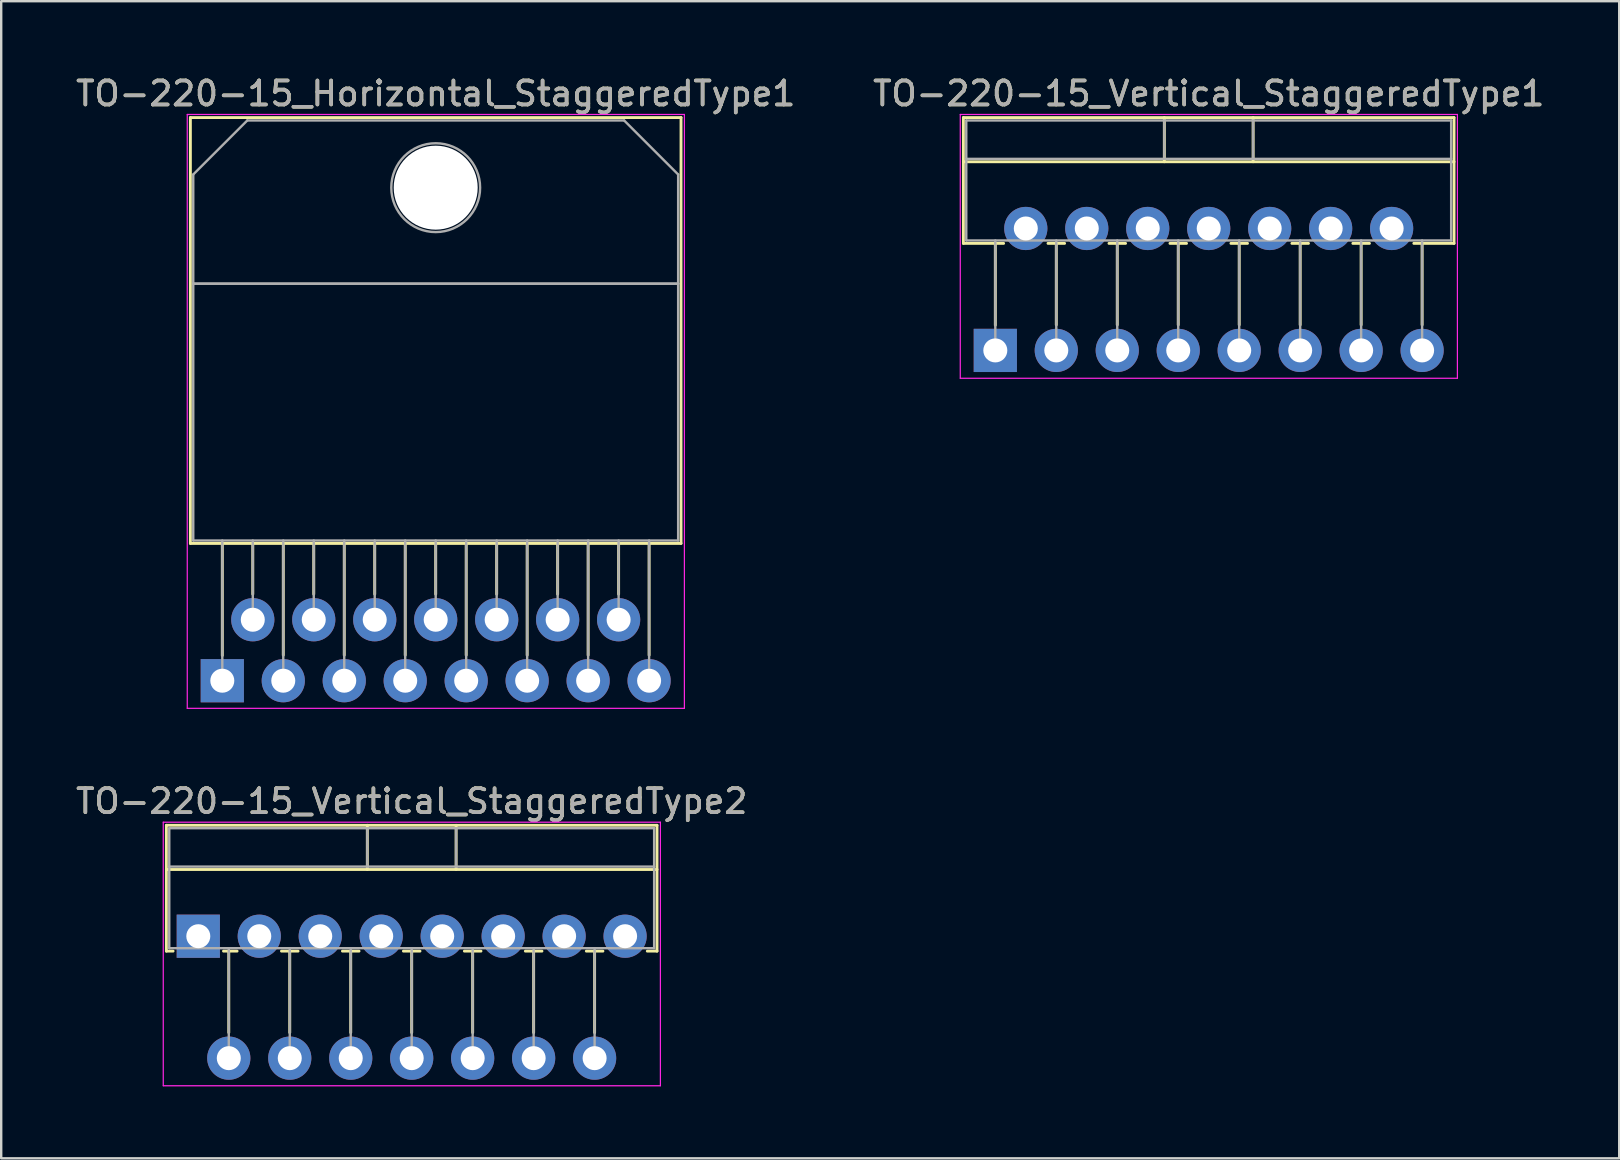
<source format=kicad_pcb>
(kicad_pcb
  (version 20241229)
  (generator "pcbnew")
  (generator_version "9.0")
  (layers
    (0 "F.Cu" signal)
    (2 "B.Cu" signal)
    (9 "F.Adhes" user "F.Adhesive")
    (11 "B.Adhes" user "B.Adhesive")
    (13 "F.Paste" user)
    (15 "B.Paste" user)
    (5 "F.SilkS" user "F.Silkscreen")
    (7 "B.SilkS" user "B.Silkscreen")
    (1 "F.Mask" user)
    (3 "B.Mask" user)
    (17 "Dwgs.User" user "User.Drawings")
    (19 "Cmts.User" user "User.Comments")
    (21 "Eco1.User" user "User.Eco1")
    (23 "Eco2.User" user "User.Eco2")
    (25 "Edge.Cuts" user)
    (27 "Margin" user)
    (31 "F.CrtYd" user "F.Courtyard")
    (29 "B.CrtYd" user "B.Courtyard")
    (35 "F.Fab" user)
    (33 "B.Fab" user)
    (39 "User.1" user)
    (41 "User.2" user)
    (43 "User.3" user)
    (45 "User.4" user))
  (footprint "TO-220-15_Horizontal_StaggeredType1"
    (layer "F.Cu")
    (at 6.211 25.308)
    (property "Reference" "TO-220-15_Horizontal_StaggeredType1" (at 8.89 -24.46 0) (layer "F.SilkS") (effects (font (size 1 1) (thickness 0.15))))
    (attr through_hole)
    (fp_line (start -1.33 -23.46) (end -1.33 -5.72) (stroke (width 0.12) (type solid)) (layer "F.SilkS"))
    (fp_line (start -1.33 -23.46) (end 19.11 -23.46) (stroke (width 0.12) (type solid)) (layer "F.SilkS"))
    (fp_line (start -1.33 -5.72) (end 19.11 -5.72) (stroke (width 0.12) (type solid)) (layer "F.SilkS"))
    (fp_line (start 0 -5.72) (end 0 -1.05) (stroke (width 0.12) (type solid)) (layer "F.SilkS"))
    (fp_line (start 1.27 -5.72) (end 1.27 -3.606) (stroke (width 0.12) (type solid)) (layer "F.SilkS"))
    (fp_line (start 2.54 -5.72) (end 2.54 -1.065) (stroke (width 0.12) (type solid)) (layer "F.SilkS"))
    (fp_line (start 3.81 -5.72) (end 3.81 -3.606) (stroke (width 0.12) (type solid)) (layer "F.SilkS"))
    (fp_line (start 5.08 -5.72) (end 5.08 -1.065) (stroke (width 0.12) (type solid)) (layer "F.SilkS"))
    (fp_line (start 6.35 -5.72) (end 6.35 -3.606) (stroke (width 0.12) (type solid)) (layer "F.SilkS"))
    (fp_line (start 7.62 -5.72) (end 7.62 -1.065) (stroke (width 0.12) (type solid)) (layer "F.SilkS"))
    (fp_line (start 8.89 -5.72) (end 8.89 -3.606) (stroke (width 0.12) (type solid)) (layer "F.SilkS"))
    (fp_line (start 10.16 -5.72) (end 10.16 -1.065) (stroke (width 0.12) (type solid)) (layer "F.SilkS"))
    (fp_line (start 11.43 -5.72) (end 11.43 -3.606) (stroke (width 0.12) (type solid)) (layer "F.SilkS"))
    (fp_line (start 12.7 -5.72) (end 12.7 -1.065) (stroke (width 0.12) (type solid)) (layer "F.SilkS"))
    (fp_line (start 13.97 -5.72) (end 13.97 -3.606) (stroke (width 0.12) (type solid)) (layer "F.SilkS"))
    (fp_line (start 15.24 -5.72) (end 15.24 -1.065) (stroke (width 0.12) (type solid)) (layer "F.SilkS"))
    (fp_line (start 16.51 -5.72) (end 16.51 -3.606) (stroke (width 0.12) (type solid)) (layer "F.SilkS"))
    (fp_line (start 17.78 -5.72) (end 17.78 -1.065) (stroke (width 0.12) (type solid)) (layer "F.SilkS"))
    (fp_line (start 19.11 -23.46) (end 19.11 -5.72) (stroke (width 0.12) (type solid)) (layer "F.SilkS"))
    (fp_line (start -1.46 -23.59) (end -1.46 1.15) (stroke (width 0.05) (type solid)) (layer "F.CrtYd"))
    (fp_line (start -1.46 1.15) (end 19.25 1.15) (stroke (width 0.05) (type solid)) (layer "F.CrtYd"))
    (fp_line (start 19.25 -23.59) (end -1.46 -23.59) (stroke (width 0.05) (type solid)) (layer "F.CrtYd"))
    (fp_line (start 19.25 1.15) (end 19.25 -23.59) (stroke (width 0.05) (type solid)) (layer "F.CrtYd"))
    (fp_line (start -1.21 -21.09) (end 1.041 -23.34) (stroke (width 0.1) (type solid)) (layer "F.Fab"))
    (fp_line (start -1.21 -16.54) (end -1.21 -21.09) (stroke (width 0.1) (type solid)) (layer "F.Fab"))
    (fp_line (start -1.21 -16.54) (end 18.99 -16.54) (stroke (width 0.1) (type solid)) (layer "F.Fab"))
    (fp_line (start -1.21 -5.84) (end -1.21 -16.54) (stroke (width 0.1) (type solid)) (layer "F.Fab"))
    (fp_line (start 0 -5.84) (end 0 0) (stroke (width 0.1) (type solid)) (layer "F.Fab"))
    (fp_line (start 1.041 -23.34) (end 16.74 -23.34) (stroke (width 0.1) (type solid)) (layer "F.Fab"))
    (fp_line (start 1.27 -5.84) (end 1.27 -2.54) (stroke (width 0.1) (type solid)) (layer "F.Fab"))
    (fp_line (start 2.54 -5.84) (end 2.54 0) (stroke (width 0.1) (type solid)) (layer "F.Fab"))
    (fp_line (start 3.81 -5.84) (end 3.81 -2.54) (stroke (width 0.1) (type solid)) (layer "F.Fab"))
    (fp_line (start 5.08 -5.84) (end 5.08 0) (stroke (width 0.1) (type solid)) (layer "F.Fab"))
    (fp_line (start 6.35 -5.84) (end 6.35 -2.54) (stroke (width 0.1) (type solid)) (layer "F.Fab"))
    (fp_line (start 7.62 -5.84) (end 7.62 0) (stroke (width 0.1) (type solid)) (layer "F.Fab"))
    (fp_line (start 8.89 -5.84) (end 8.89 -2.54) (stroke (width 0.1) (type solid)) (layer "F.Fab"))
    (fp_line (start 10.16 -5.84) (end 10.16 0) (stroke (width 0.1) (type solid)) (layer "F.Fab"))
    (fp_line (start 11.43 -5.84) (end 11.43 -2.54) (stroke (width 0.1) (type solid)) (layer "F.Fab"))
    (fp_line (start 12.7 -5.84) (end 12.7 0) (stroke (width 0.1) (type solid)) (layer "F.Fab"))
    (fp_line (start 13.97 -5.84) (end 13.97 -2.54) (stroke (width 0.1) (type solid)) (layer "F.Fab"))
    (fp_line (start 15.24 -5.84) (end 15.24 0) (stroke (width 0.1) (type solid)) (layer "F.Fab"))
    (fp_line (start 16.51 -5.84) (end 16.51 -2.54) (stroke (width 0.1) (type solid)) (layer "F.Fab"))
    (fp_line (start 16.74 -23.34) (end 18.99 -21.09) (stroke (width 0.1) (type solid)) (layer "F.Fab"))
    (fp_line (start 17.78 -5.84) (end 17.78 0) (stroke (width 0.1) (type solid)) (layer "F.Fab"))
    (fp_line (start 18.99 -21.09) (end 18.99 -16.54) (stroke (width 0.1) (type solid)) (layer "F.Fab"))
    (fp_line (start 18.99 -16.54) (end -1.21 -16.54) (stroke (width 0.1) (type solid)) (layer "F.Fab"))
    (fp_line (start 18.99 -16.54) (end 18.99 -5.84) (stroke (width 0.1) (type solid)) (layer "F.Fab"))
    (fp_line (start 18.99 -5.84) (end -1.21 -5.84) (stroke (width 0.1) (type solid)) (layer "F.Fab"))
    (fp_circle (center 8.89 -20.54) (end 10.74 -20.54) (stroke (width 0.1) (type solid)) (fill no) (layer "F.Fab"))
    (fp_text user "${REFERENCE}" (at 8.89 -24.46 0) (layer "F.Fab") (effects (font (size 1 1) (thickness 0.15))))
    (pad "" np_thru_hole oval (at 8.89 -20.54) (size 3.5 3.5) (drill 3.5) (layers "*.Cu" "*.Mask"))
    (pad "1" thru_hole rect (at 0 0) (size 1.8 1.8) (drill 1) (layers "*.Cu" "*.Mask"))
    (pad "2" thru_hole oval (at 1.27 -2.54) (size 1.8 1.8) (drill 1) (layers "*.Cu" "*.Mask"))
    (pad "3" thru_hole oval (at 2.54 0) (size 1.8 1.8) (drill 1) (layers "*.Cu" "*.Mask"))
    (pad "4" thru_hole oval (at 3.81 -2.54) (size 1.8 1.8) (drill 1) (layers "*.Cu" "*.Mask"))
    (pad "5" thru_hole oval (at 5.08 0) (size 1.8 1.8) (drill 1) (layers "*.Cu" "*.Mask"))
    (pad "6" thru_hole oval (at 6.35 -2.54) (size 1.8 1.8) (drill 1) (layers "*.Cu" "*.Mask"))
    (pad "7" thru_hole oval (at 7.62 0) (size 1.8 1.8) (drill 1) (layers "*.Cu" "*.Mask"))
    (pad "8" thru_hole oval (at 8.89 -2.54) (size 1.8 1.8) (drill 1) (layers "*.Cu" "*.Mask"))
    (pad "9" thru_hole oval (at 10.16 0) (size 1.8 1.8) (drill 1) (layers "*.Cu" "*.Mask"))
    (pad "10" thru_hole oval (at 11.43 -2.54) (size 1.8 1.8) (drill 1) (layers "*.Cu" "*.Mask"))
    (pad "11" thru_hole oval (at 12.7 0) (size 1.8 1.8) (drill 1) (layers "*.Cu" "*.Mask"))
    (pad "12" thru_hole oval (at 13.97 -2.54) (size 1.8 1.8) (drill 1) (layers "*.Cu" "*.Mask"))
    (pad "13" thru_hole oval (at 15.24 0) (size 1.8 1.8) (drill 1) (layers "*.Cu" "*.Mask"))
    (pad "14" thru_hole oval (at 16.51 -2.54) (size 1.8 1.8) (drill 1) (layers "*.Cu" "*.Mask"))
    (pad "15" thru_hole oval (at 17.78 0) (size 1.8 1.8) (drill 1) (layers "*.Cu" "*.Mask")))
  (footprint "TO-220-15_Vertical_StaggeredType2"
    (layer "F.Cu")
    (at 5.211 35.952)
    (property "Reference" "TO-220-15_Vertical_StaggeredType2" (at 8.89 -5.62 0) (layer "F.SilkS") (effects (font (size 1 1) (thickness 0.15))))
    (attr through_hole)
    (fp_line (start -1.33 -4.62) (end -1.33 0.621) (stroke (width 0.12) (type solid)) (layer "F.SilkS"))
    (fp_line (start -1.33 -4.62) (end 19.11 -4.62) (stroke (width 0.12) (type solid)) (layer "F.SilkS"))
    (fp_line (start -1.33 -2.78) (end 19.11 -2.78) (stroke (width 0.12) (type solid)) (layer "F.SilkS"))
    (fp_line (start -1.33 0.621) (end -1.05 0.621) (stroke (width 0.12) (type solid)) (layer "F.SilkS"))
    (fp_line (start 1.05 0.621) (end 1.616 0.621) (stroke (width 0.12) (type solid)) (layer "F.SilkS"))
    (fp_line (start 1.27 0.621) (end 1.27 4.015) (stroke (width 0.12) (type solid)) (layer "F.SilkS"))
    (fp_line (start 3.465 0.621) (end 4.156 0.621) (stroke (width 0.12) (type solid)) (layer "F.SilkS"))
    (fp_line (start 3.81 0.621) (end 3.81 4.015) (stroke (width 0.12) (type solid)) (layer "F.SilkS"))
    (fp_line (start 6.005 0.621) (end 6.696 0.621) (stroke (width 0.12) (type solid)) (layer "F.SilkS"))
    (fp_line (start 6.35 0.621) (end 6.35 4.015) (stroke (width 0.12) (type solid)) (layer "F.SilkS"))
    (fp_line (start 7.041 -4.62) (end 7.041 -2.78) (stroke (width 0.12) (type solid)) (layer "F.SilkS"))
    (fp_line (start 8.545 0.621) (end 9.236 0.621) (stroke (width 0.12) (type solid)) (layer "F.SilkS"))
    (fp_line (start 8.89 0.621) (end 8.89 4.015) (stroke (width 0.12) (type solid)) (layer "F.SilkS"))
    (fp_line (start 10.74 -4.62) (end 10.74 -2.78) (stroke (width 0.12) (type solid)) (layer "F.SilkS"))
    (fp_line (start 11.085 0.621) (end 11.776 0.621) (stroke (width 0.12) (type solid)) (layer "F.SilkS"))
    (fp_line (start 11.43 0.621) (end 11.43 4.015) (stroke (width 0.12) (type solid)) (layer "F.SilkS"))
    (fp_line (start 13.625 0.621) (end 14.316 0.621) (stroke (width 0.12) (type solid)) (layer "F.SilkS"))
    (fp_line (start 13.97 0.621) (end 13.97 4.015) (stroke (width 0.12) (type solid)) (layer "F.SilkS"))
    (fp_line (start 16.165 0.621) (end 16.856 0.621) (stroke (width 0.12) (type solid)) (layer "F.SilkS"))
    (fp_line (start 16.51 0.621) (end 16.51 4.015) (stroke (width 0.12) (type solid)) (layer "F.SilkS"))
    (fp_line (start 18.705 0.621) (end 19.11 0.621) (stroke (width 0.12) (type solid)) (layer "F.SilkS"))
    (fp_line (start 19.11 -4.62) (end 19.11 0.621) (stroke (width 0.12) (type solid)) (layer "F.SilkS"))
    (fp_line (start -1.46 -4.75) (end -1.46 6.23) (stroke (width 0.05) (type solid)) (layer "F.CrtYd"))
    (fp_line (start -1.46 6.23) (end 19.25 6.23) (stroke (width 0.05) (type solid)) (layer "F.CrtYd"))
    (fp_line (start 19.25 -4.75) (end -1.46 -4.75) (stroke (width 0.05) (type solid)) (layer "F.CrtYd"))
    (fp_line (start 19.25 6.23) (end 19.25 -4.75) (stroke (width 0.05) (type solid)) (layer "F.CrtYd"))
    (fp_line (start -1.21 -4.5) (end -1.21 0.5) (stroke (width 0.1) (type solid)) (layer "F.Fab"))
    (fp_line (start -1.21 -2.9) (end 18.99 -2.9) (stroke (width 0.1) (type solid)) (layer "F.Fab"))
    (fp_line (start -1.21 0.5) (end 18.99 0.5) (stroke (width 0.1) (type solid)) (layer "F.Fab"))
    (fp_line (start 1.27 0.5) (end 1.27 5.08) (stroke (width 0.1) (type solid)) (layer "F.Fab"))
    (fp_line (start 3.81 0.5) (end 3.81 5.08) (stroke (width 0.1) (type solid)) (layer "F.Fab"))
    (fp_line (start 6.35 0.5) (end 6.35 5.08) (stroke (width 0.1) (type solid)) (layer "F.Fab"))
    (fp_line (start 7.04 -4.5) (end 7.04 -2.9) (stroke (width 0.1) (type solid)) (layer "F.Fab"))
    (fp_line (start 8.89 0.5) (end 8.89 5.08) (stroke (width 0.1) (type solid)) (layer "F.Fab"))
    (fp_line (start 10.74 -4.5) (end 10.74 -2.9) (stroke (width 0.1) (type solid)) (layer "F.Fab"))
    (fp_line (start 11.43 0.5) (end 11.43 5.08) (stroke (width 0.1) (type solid)) (layer "F.Fab"))
    (fp_line (start 13.97 0.5) (end 13.97 5.08) (stroke (width 0.1) (type solid)) (layer "F.Fab"))
    (fp_line (start 16.51 0.5) (end 16.51 5.08) (stroke (width 0.1) (type solid)) (layer "F.Fab"))
    (fp_line (start 18.99 -4.5) (end -1.21 -4.5) (stroke (width 0.1) (type solid)) (layer "F.Fab"))
    (fp_line (start 18.99 0.5) (end 18.99 -4.5) (stroke (width 0.1) (type solid)) (layer "F.Fab"))
    (fp_text user "${REFERENCE}" (at 8.89 -5.62 0) (layer "F.Fab") (effects (font (size 1 1) (thickness 0.15))))
    (pad "1" thru_hole rect (at 0 0) (size 1.8 1.8) (drill 1) (layers "*.Cu" "*.Mask"))
    (pad "2" thru_hole oval (at 1.27 5.08) (size 1.8 1.8) (drill 1) (layers "*.Cu" "*.Mask"))
    (pad "3" thru_hole oval (at 2.54 0) (size 1.8 1.8) (drill 1) (layers "*.Cu" "*.Mask"))
    (pad "4" thru_hole oval (at 3.81 5.08) (size 1.8 1.8) (drill 1) (layers "*.Cu" "*.Mask"))
    (pad "5" thru_hole oval (at 5.08 0) (size 1.8 1.8) (drill 1) (layers "*.Cu" "*.Mask"))
    (pad "6" thru_hole oval (at 6.35 5.08) (size 1.8 1.8) (drill 1) (layers "*.Cu" "*.Mask"))
    (pad "7" thru_hole oval (at 7.62 0) (size 1.8 1.8) (drill 1) (layers "*.Cu" "*.Mask"))
    (pad "8" thru_hole oval (at 8.89 5.08) (size 1.8 1.8) (drill 1) (layers "*.Cu" "*.Mask"))
    (pad "9" thru_hole oval (at 10.16 0) (size 1.8 1.8) (drill 1) (layers "*.Cu" "*.Mask"))
    (pad "10" thru_hole oval (at 11.43 5.08) (size 1.8 1.8) (drill 1) (layers "*.Cu" "*.Mask"))
    (pad "11" thru_hole oval (at 12.7 0) (size 1.8 1.8) (drill 1) (layers "*.Cu" "*.Mask"))
    (pad "12" thru_hole oval (at 13.97 5.08) (size 1.8 1.8) (drill 1) (layers "*.Cu" "*.Mask"))
    (pad "13" thru_hole oval (at 15.24 0) (size 1.8 1.8) (drill 1) (layers "*.Cu" "*.Mask"))
    (pad "14" thru_hole oval (at 16.51 5.08) (size 1.8 1.8) (drill 1) (layers "*.Cu" "*.Mask"))
    (pad "15" thru_hole oval (at 17.78 0) (size 1.8 1.8) (drill 1) (layers "*.Cu" "*.Mask")))
  (footprint "TO-220-15_Vertical_StaggeredType1"
    (layer "F.Cu")
    (at 38.414 11.548)
    (property "Reference" "TO-220-15_Vertical_StaggeredType1" (at 8.89 -10.7 0) (layer "F.SilkS") (effects (font (size 1 1) (thickness 0.15))))
    (attr through_hole)
    (fp_line (start -1.33 -9.7) (end -1.33 -4.459) (stroke (width 0.12) (type solid)) (layer "F.SilkS"))
    (fp_line (start -1.33 -9.7) (end 19.11 -9.7) (stroke (width 0.12) (type solid)) (layer "F.SilkS"))
    (fp_line (start -1.33 -7.86) (end 19.11 -7.86) (stroke (width 0.12) (type solid)) (layer "F.SilkS"))
    (fp_line (start -1.33 -4.459) (end 0.346 -4.459) (stroke (width 0.12) (type solid)) (layer "F.SilkS"))
    (fp_line (start 0 -4.459) (end 0 -1.05) (stroke (width 0.12) (type solid)) (layer "F.SilkS"))
    (fp_line (start 2.195 -4.459) (end 2.886 -4.459) (stroke (width 0.12) (type solid)) (layer "F.SilkS"))
    (fp_line (start 2.54 -4.459) (end 2.54 -1.065) (stroke (width 0.12) (type solid)) (layer "F.SilkS"))
    (fp_line (start 4.735 -4.459) (end 5.426 -4.459) (stroke (width 0.12) (type solid)) (layer "F.SilkS"))
    (fp_line (start 5.08 -4.459) (end 5.08 -1.065) (stroke (width 0.12) (type solid)) (layer "F.SilkS"))
    (fp_line (start 7.041 -9.7) (end 7.041 -7.86) (stroke (width 0.12) (type solid)) (layer "F.SilkS"))
    (fp_line (start 7.275 -4.459) (end 7.966 -4.459) (stroke (width 0.12) (type solid)) (layer "F.SilkS"))
    (fp_line (start 7.62 -4.459) (end 7.62 -1.065) (stroke (width 0.12) (type solid)) (layer "F.SilkS"))
    (fp_line (start 9.815 -4.459) (end 10.506 -4.459) (stroke (width 0.12) (type solid)) (layer "F.SilkS"))
    (fp_line (start 10.16 -4.459) (end 10.16 -1.065) (stroke (width 0.12) (type solid)) (layer "F.SilkS"))
    (fp_line (start 10.74 -9.7) (end 10.74 -7.86) (stroke (width 0.12) (type solid)) (layer "F.SilkS"))
    (fp_line (start 12.355 -4.459) (end 13.046 -4.459) (stroke (width 0.12) (type solid)) (layer "F.SilkS"))
    (fp_line (start 12.7 -4.459) (end 12.7 -1.065) (stroke (width 0.12) (type solid)) (layer "F.SilkS"))
    (fp_line (start 14.895 -4.459) (end 15.586 -4.459) (stroke (width 0.12) (type solid)) (layer "F.SilkS"))
    (fp_line (start 15.24 -4.459) (end 15.24 -1.065) (stroke (width 0.12) (type solid)) (layer "F.SilkS"))
    (fp_line (start 17.435 -4.459) (end 19.11 -4.459) (stroke (width 0.12) (type solid)) (layer "F.SilkS"))
    (fp_line (start 17.78 -4.459) (end 17.78 -1.065) (stroke (width 0.12) (type solid)) (layer "F.SilkS"))
    (fp_line (start 19.11 -9.7) (end 19.11 -4.459) (stroke (width 0.12) (type solid)) (layer "F.SilkS"))
    (fp_line (start -1.46 -9.83) (end -1.46 1.16) (stroke (width 0.05) (type solid)) (layer "F.CrtYd"))
    (fp_line (start -1.46 1.16) (end 19.25 1.16) (stroke (width 0.05) (type solid)) (layer "F.CrtYd"))
    (fp_line (start 19.25 -9.83) (end -1.46 -9.83) (stroke (width 0.05) (type solid)) (layer "F.CrtYd"))
    (fp_line (start 19.25 1.16) (end 19.25 -9.83) (stroke (width 0.05) (type solid)) (layer "F.CrtYd"))
    (fp_line (start -1.21 -9.58) (end -1.21 -4.58) (stroke (width 0.1) (type solid)) (layer "F.Fab"))
    (fp_line (start -1.21 -7.98) (end 18.99 -7.98) (stroke (width 0.1) (type solid)) (layer "F.Fab"))
    (fp_line (start -1.21 -4.58) (end 18.99 -4.58) (stroke (width 0.1) (type solid)) (layer "F.Fab"))
    (fp_line (start 0 -4.58) (end 0 0) (stroke (width 0.1) (type solid)) (layer "F.Fab"))
    (fp_line (start 2.54 -4.58) (end 2.54 0) (stroke (width 0.1) (type solid)) (layer "F.Fab"))
    (fp_line (start 5.08 -4.58) (end 5.08 0) (stroke (width 0.1) (type solid)) (layer "F.Fab"))
    (fp_line (start 7.04 -9.58) (end 7.04 -7.98) (stroke (width 0.1) (type solid)) (layer "F.Fab"))
    (fp_line (start 7.62 -4.58) (end 7.62 0) (stroke (width 0.1) (type solid)) (layer "F.Fab"))
    (fp_line (start 10.16 -4.58) (end 10.16 0) (stroke (width 0.1) (type solid)) (layer "F.Fab"))
    (fp_line (start 10.74 -9.58) (end 10.74 -7.98) (stroke (width 0.1) (type solid)) (layer "F.Fab"))
    (fp_line (start 12.7 -4.58) (end 12.7 0) (stroke (width 0.1) (type solid)) (layer "F.Fab"))
    (fp_line (start 15.24 -4.58) (end 15.24 0) (stroke (width 0.1) (type solid)) (layer "F.Fab"))
    (fp_line (start 17.78 -4.58) (end 17.78 0) (stroke (width 0.1) (type solid)) (layer "F.Fab"))
    (fp_line (start 18.99 -9.58) (end -1.21 -9.58) (stroke (width 0.1) (type solid)) (layer "F.Fab"))
    (fp_line (start 18.99 -4.58) (end 18.99 -9.58) (stroke (width 0.1) (type solid)) (layer "F.Fab"))
    (fp_text user "${REFERENCE}" (at 8.89 -10.7 0) (layer "F.Fab") (effects (font (size 1 1) (thickness 0.15))))
    (pad "1" thru_hole rect (at 0 0) (size 1.8 1.8) (drill 1) (layers "*.Cu" "*.Mask"))
    (pad "2" thru_hole oval (at 1.27 -5.08) (size 1.8 1.8) (drill 1) (layers "*.Cu" "*.Mask"))
    (pad "3" thru_hole oval (at 2.54 0) (size 1.8 1.8) (drill 1) (layers "*.Cu" "*.Mask"))
    (pad "4" thru_hole oval (at 3.81 -5.08) (size 1.8 1.8) (drill 1) (layers "*.Cu" "*.Mask"))
    (pad "5" thru_hole oval (at 5.08 0) (size 1.8 1.8) (drill 1) (layers "*.Cu" "*.Mask"))
    (pad "6" thru_hole oval (at 6.35 -5.08) (size 1.8 1.8) (drill 1) (layers "*.Cu" "*.Mask"))
    (pad "7" thru_hole oval (at 7.62 0) (size 1.8 1.8) (drill 1) (layers "*.Cu" "*.Mask"))
    (pad "8" thru_hole oval (at 8.89 -5.08) (size 1.8 1.8) (drill 1) (layers "*.Cu" "*.Mask"))
    (pad "9" thru_hole oval (at 10.16 0) (size 1.8 1.8) (drill 1) (layers "*.Cu" "*.Mask"))
    (pad "10" thru_hole oval (at 11.43 -5.08) (size 1.8 1.8) (drill 1) (layers "*.Cu" "*.Mask"))
    (pad "11" thru_hole oval (at 12.7 0) (size 1.8 1.8) (drill 1) (layers "*.Cu" "*.Mask"))
    (pad "12" thru_hole oval (at 13.97 -5.08) (size 1.8 1.8) (drill 1) (layers "*.Cu" "*.Mask"))
    (pad "13" thru_hole oval (at 15.24 0) (size 1.8 1.8) (drill 1) (layers "*.Cu" "*.Mask"))
    (pad "14" thru_hole oval (at 16.51 -5.08) (size 1.8 1.8) (drill 1) (layers "*.Cu" "*.Mask"))
    (pad "15" thru_hole oval (at 17.78 0) (size 1.8 1.8) (drill 1) (layers "*.Cu" "*.Mask")))
  (gr_rect
    (start -3 -3)
    (end 64.405 45.206)
    (stroke (width 0.1) (type default))
    (fill no)
    (layer "Edge.Cuts")))
</source>
